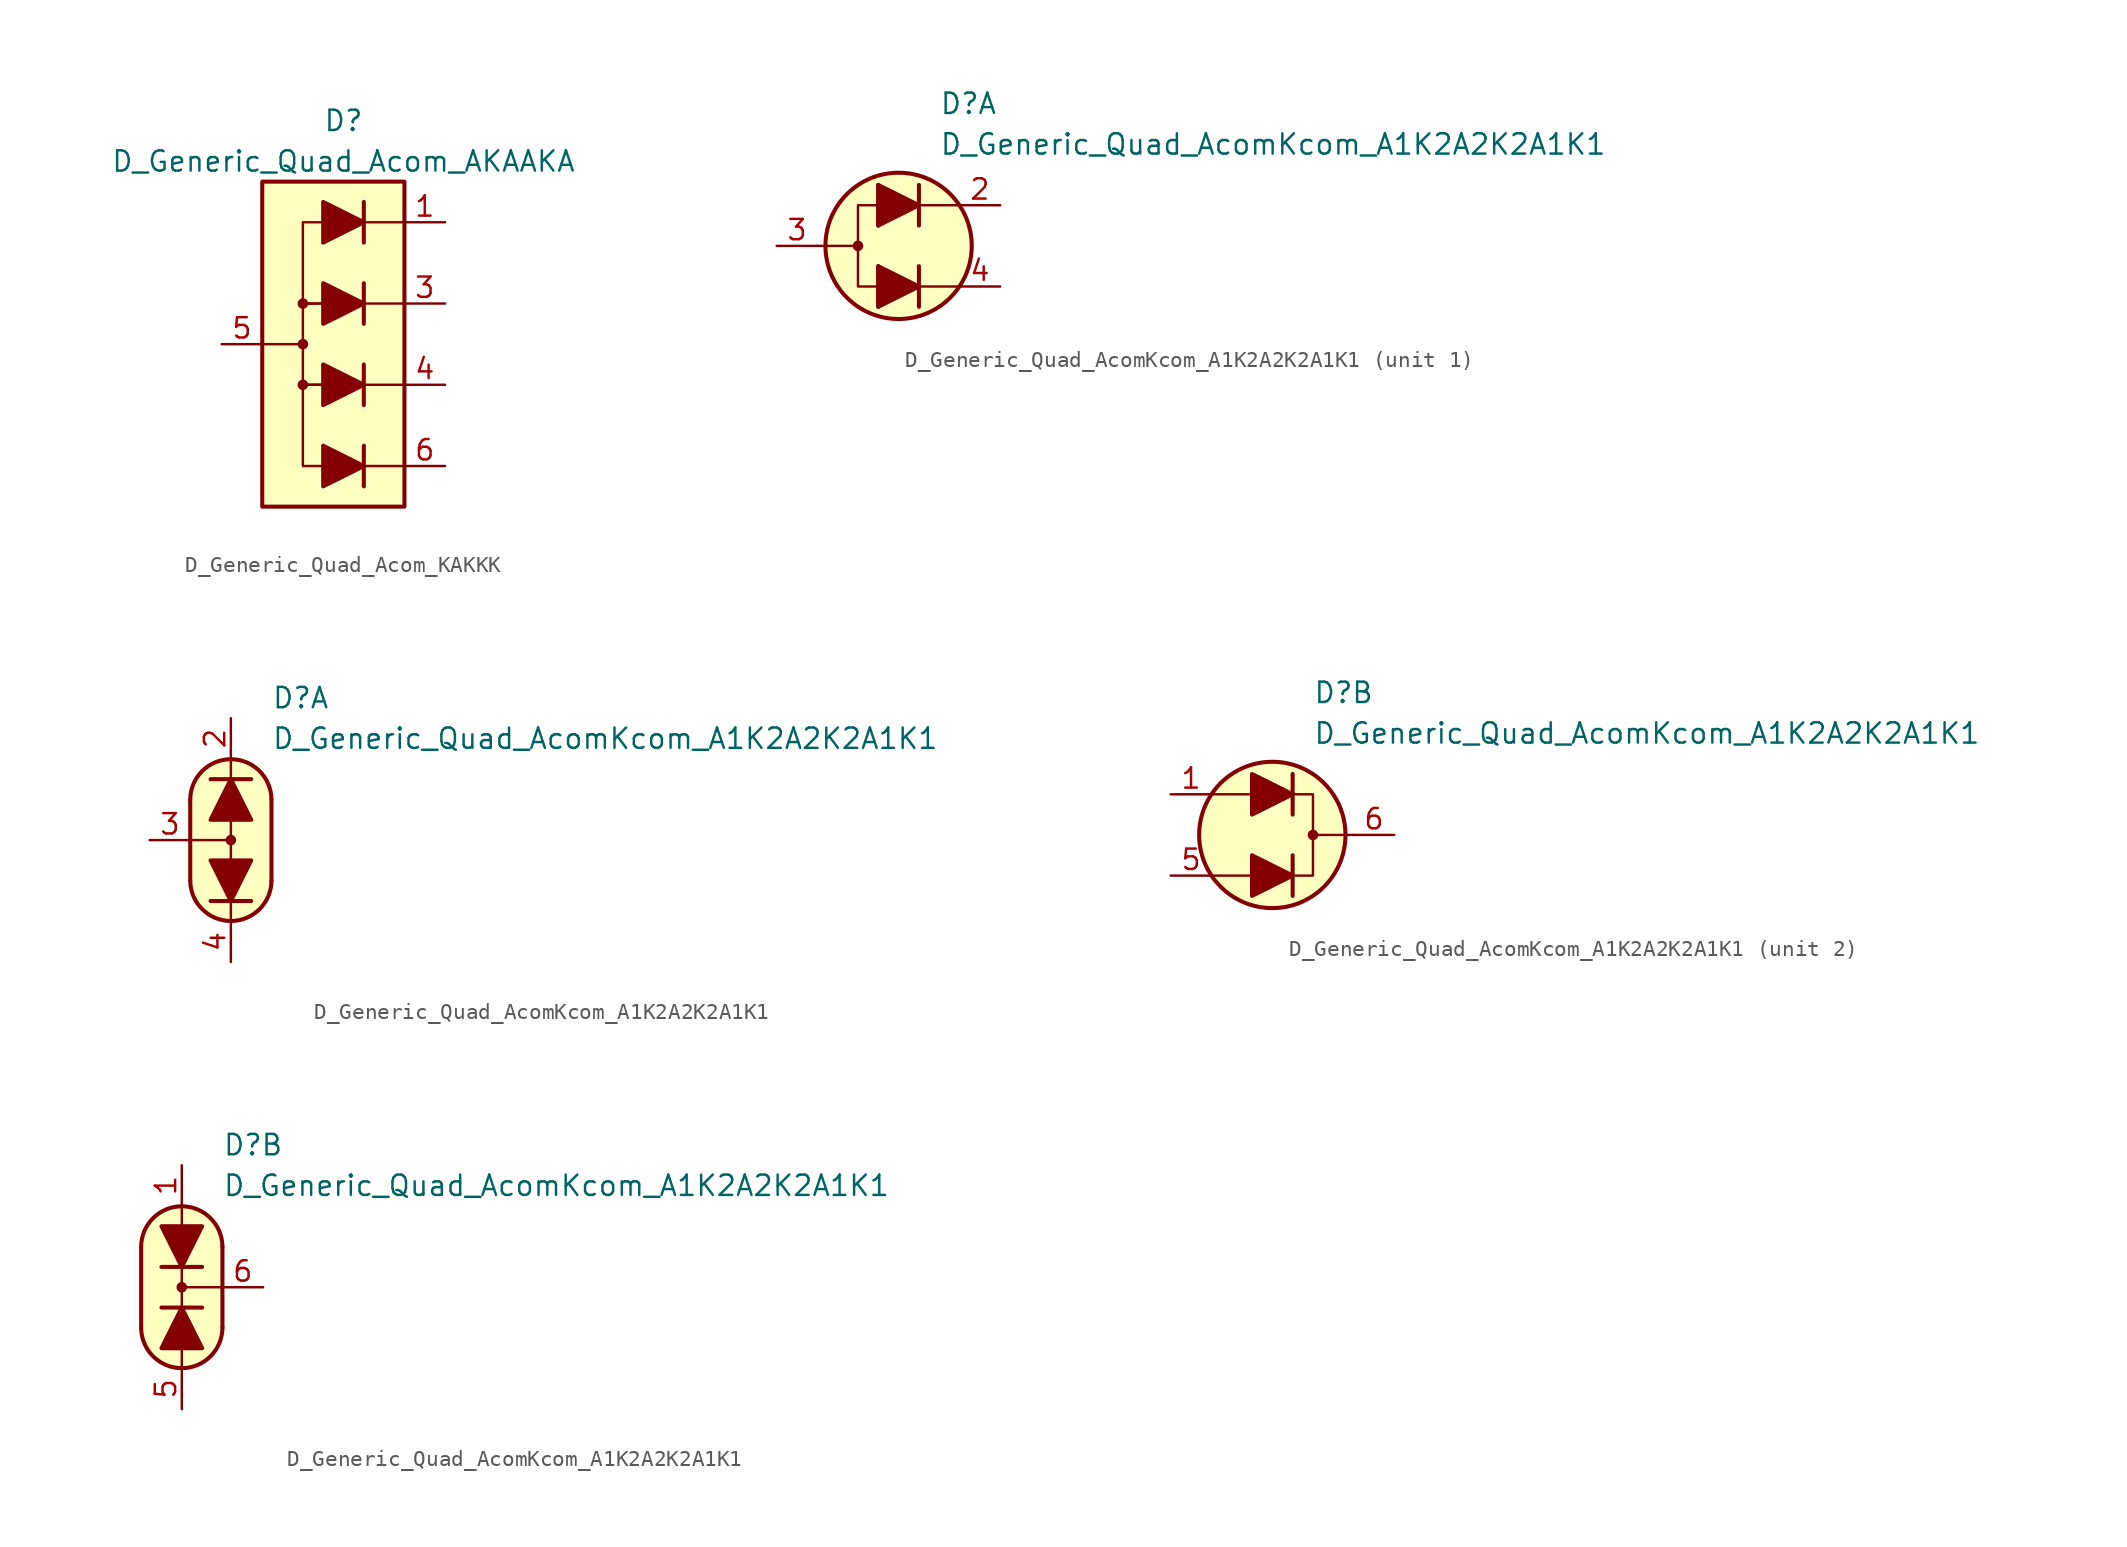
<source format=kicad_sym>
(kicad_symbol_lib
  (version 20231120)
  (generator "kicad_symbol_editor")
  (generator_version "8.0")
  (symbol "D_Generic_Quad_Acom_KAKKK"
    (pin_names
      (offset 1.016) hide)
    (property "Reference" "D"
      (at 0 13.97 0)
      (effects (font (size 1.27 1.27))))
    (property "Value" "D_Generic_Quad_Acom_AKAAKA"
      (at 0 11.43 0)
      (effects (font (size 1.27 1.27))))
    (symbol "D_Generic_Quad_Acom_KAKKK_0_1"
      (polyline (pts (xy 1.27 -2.54) (xy 3.81 -2.54)) (stroke (width 0) (type default)) (fill (type none)))
      (polyline (pts (xy 1.27 -1.27) (xy 1.27 -3.81)) (stroke (width 0.254) (type default)) (fill (type none)))
      (polyline (pts (xy 1.27 2.54) (xy 3.81 2.54)) (stroke (width 0) (type default)) (fill (type none)))
      (polyline (pts (xy 1.27 3.81) (xy 1.27 1.27)) (stroke (width 0.254) (type default)) (fill (type none)))
      (polyline (pts (xy -1.27 -2.54) (xy -2.54 -2.54) (xy -2.54 2.54) (xy -1.27 2.54)) (stroke (width 0) (type default)) (fill (type none)))
      (rectangle (start 3.81 10.16) (end -5.08 -10.16) (stroke (width 0.254) (type default)) (fill (type background))))
    (symbol "D_Generic_Quad_Acom_KAKKK_1_1"
      (circle (center -2.54 -2.54) (radius 0.254) (stroke (width 0) (type default)) (fill (type outline)))
      (circle (center -2.54 0) (radius 0.254) (stroke (width 0) (type default)) (fill (type outline)))
      (circle (center -2.54 2.54) (radius 0.254) (stroke (width 0) (type default)) (fill (type outline)))
      (polyline (pts (xy -5.08 0) (xy -2.54 0)) (stroke (width 0) (type default)) (fill (type none)))
      (polyline (pts (xy -1.27 -7.62) (xy 1.27 -7.62)) (stroke (width 0) (type default)) (fill (type none)))
      (polyline (pts (xy -1.27 -2.54) (xy 1.27 -2.54)) (stroke (width 0) (type default)) (fill (type none)))
      (polyline (pts (xy -1.27 2.54) (xy 1.27 2.54)) (stroke (width 0) (type default)) (fill (type none)))
      (polyline (pts (xy -1.27 7.62) (xy 1.27 7.62)) (stroke (width 0) (type default)) (fill (type none)))
      (polyline (pts (xy 1.27 -7.62) (xy 3.81 -7.62)) (stroke (width 0) (type default)) (fill (type none)))
      (polyline (pts (xy 1.27 -6.35) (xy 1.27 -8.89)) (stroke (width 0.254) (type default)) (fill (type none)))
      (polyline (pts (xy 1.27 7.62) (xy 3.81 7.62)) (stroke (width 0) (type default)) (fill (type none)))
      (polyline (pts (xy 1.27 8.89) (xy 1.27 6.35)) (stroke (width 0.254) (type default)) (fill (type none)))
      (polyline (pts (xy -1.27 -7.62) (xy -2.54 -7.62) (xy -2.54 -2.54) (xy -1.27 -2.54)) (stroke (width 0) (type default)) (fill (type none)))
      (polyline (pts (xy -1.27 -6.35) (xy -1.27 -8.89) (xy 1.27 -7.62) (xy -1.27 -6.35)) (stroke (width 0.254) (type default)) (fill (type outline)))
      (polyline (pts (xy -1.27 -1.27) (xy -1.27 -3.81) (xy 1.27 -2.54) (xy -1.27 -1.27)) (stroke (width 0.254) (type default)) (fill (type outline)))
      (polyline (pts (xy -1.27 2.54) (xy -2.54 2.54) (xy -2.54 7.62) (xy -1.27 7.62)) (stroke (width 0) (type default)) (fill (type none)))
      (polyline (pts (xy -1.27 3.81) (xy -1.27 1.27) (xy 1.27 2.54) (xy -1.27 3.81)) (stroke (width 0.254) (type default)) (fill (type outline)))
      (polyline (pts (xy -1.27 8.89) (xy -1.27 6.35) (xy 1.27 7.62) (xy -1.27 8.89)) (stroke (width 0.254) (type default)) (fill (type outline)))
      (pin passive line (at 6.35 7.62 180) (length 2.54) (name "A1" (effects (font (size 1.27 1.27)))) (number "1" (effects (font (size 1.27 1.27)))))
      (pin passive line (at 6.35 2.54 180) (length 2.54) (name "A2" (effects (font (size 1.27 1.27)))) (number "3" (effects (font (size 1.27 1.27)))))
      (pin passive line (at 6.35 -2.54 180) (length 2.54) (name "A3" (effects (font (size 1.27 1.27)))) (number "4" (effects (font (size 1.27 1.27)))))
      (pin passive line (at -7.62 0 0) (length 2.54) (name "K2" (effects (font (size 1.27 1.27)))) (number "5" (effects (font (size 1.27 1.27)))))
      (pin passive line (at 6.35 -7.62 180) (length 2.54) (name "A4" (effects (font (size 1.27 1.27)))) (number "6" (effects (font (size 1.27 1.27)))))))
  (symbol "D_Generic_Quad_AcomKcom_A1K2A2K2A1K1"
    (pin_names
      (offset 1.016) hide)
    (property "Reference" "D"
      (at 2.54 8.89 0)
      (effects (font (size 1.27 1.27)) (justify left)))
    (property "Value" "D_Generic_Quad_AcomKcom_A1K2A2K2A1K1"
      (at 2.54 6.35 0)
      (effects (font (size 1.27 1.27)) (justify left)))
    (property "ki_locked" ""
      (at 0 0 0)
      (effects (font (size 1.27 1.27))))
    (symbol "D_Generic_Quad_AcomKcom_A1K2A2K2A1K1_1_1"
      (circle (center -2.54 0) (radius 0.254) (stroke (width 0) (type default)) (fill (type outline)))
      (polyline (pts (xy -5.08 0) (xy -2.54 0)) (stroke (width 0) (type default)) (fill (type none)))
      (polyline (pts (xy -1.27 -3.81) (xy -1.27 -1.27)) (stroke (width 0.254) (type default)) (fill (type none)))
      (polyline (pts (xy -1.27 -2.54) (xy 1.27 -2.54)) (stroke (width 0) (type default)) (fill (type none)))
      (polyline (pts (xy -1.27 1.27) (xy -1.27 3.81)) (stroke (width 0.254) (type default)) (fill (type none)))
      (polyline (pts (xy -1.27 2.54) (xy 1.27 2.54)) (stroke (width 0) (type default)) (fill (type none)))
      (polyline (pts (xy 1.27 -3.81) (xy 1.27 -1.27)) (stroke (width 0.254) (type default)) (fill (type none)))
      (polyline (pts (xy 1.27 -2.54) (xy -1.27 -2.54)) (stroke (width 0) (type default)) (fill (type none)))
      (polyline (pts (xy 1.27 -2.54) (xy 3.81 -2.54)) (stroke (width 0) (type default)) (fill (type none)))
      (polyline (pts (xy 1.27 1.27) (xy 1.27 3.81)) (stroke (width 0.254) (type default)) (fill (type none)))
      (polyline (pts (xy 1.27 2.54) (xy -1.27 2.54)) (stroke (width 0) (type default)) (fill (type none)))
      (polyline (pts (xy 1.27 2.54) (xy 3.81 2.54)) (stroke (width 0) (type default)) (fill (type none)))
      (polyline (pts (xy -1.27 -2.54) (xy -2.54 -2.54) (xy -2.54 2.54) (xy -1.27 2.54)) (stroke (width 0) (type default)) (fill (type none)))
      (polyline (pts (xy -1.27 -1.27) (xy -1.27 -3.81) (xy 1.27 -2.54) (xy -1.27 -1.27)) (stroke (width 0.254) (type default)) (fill (type outline)))
      (polyline (pts (xy -1.27 3.81) (xy -1.27 1.27) (xy 1.27 2.54) (xy -1.27 3.81)) (stroke (width 0.254) (type default)) (fill (type outline)))
      (circle (center 0 0) (radius 4.572) (stroke (width 0.254) (type default)) (fill (type background)))
      (pin passive line (at 6.35 2.54 180) (length 2.54) (name "K2" (effects (font (size 1.27 1.27)))) (number "2" (effects (font (size 1.27 1.27)))))
      (pin passive line (at -7.62 0 0) (length 2.54) (name "A2" (effects (font (size 1.27 1.27)))) (number "3" (effects (font (size 1.27 1.27)))))
      (pin passive line (at 6.35 -2.54 180) (length 2.54) (name "K2" (effects (font (size 1.27 1.27)))) (number "4" (effects (font (size 1.27 1.27))))))
    (symbol "D_Generic_Quad_AcomKcom_A1K2A2K2A1K1_1_2"
      (arc (start -2.54 -2.54) (mid 0 -5.0576) (end 2.54 -2.54) (stroke (width 0.254) (type default)) (fill (type none)))
      (polyline (pts (xy -2.54 0) (xy 0 0)) (stroke (width 0) (type default)) (fill (type none)))
      (polyline (pts (xy -2.54 2.54) (xy -2.54 -2.54)) (stroke (width 0.254) (type default)) (fill (type none)))
      (polyline (pts (xy -1.27 3.81) (xy 1.27 3.81)) (stroke (width 0.254) (type default)) (fill (type none)))
      (polyline (pts (xy 0 -5.08) (xy 0 -3.81)) (stroke (width 0) (type default)) (fill (type none)))
      (polyline (pts (xy 0 1.27) (xy 0 -1.27)) (stroke (width 0) (type default)) (fill (type none)))
      (polyline (pts (xy 0 5.08) (xy 0 3.81)) (stroke (width 0) (type default)) (fill (type none)))
      (polyline (pts (xy 1.27 -3.81) (xy -1.27 -3.81)) (stroke (width 0.254) (type default)) (fill (type none)))
      (polyline (pts (xy 2.54 -2.54) (xy 2.54 2.54)) (stroke (width 0.254) (type default)) (fill (type none)))
      (polyline (pts (xy -1.27 1.27) (xy 1.27 1.27) (xy 0 3.81) (xy -1.27 1.27)) (stroke (width 0.254) (type default)) (fill (type outline)))
      (polyline (pts (xy 1.27 -1.27) (xy -1.27 -1.27) (xy 0 -3.81) (xy 1.27 -1.27)) (stroke (width 0.254) (type default)) (fill (type outline)))
      (polyline (pts (xy 0 -5.08) (xy -1.016 -4.826) (xy -1.778 -4.318) (xy -2.286 -3.556) (xy -2.54 -3.048) (xy -2.54 2.794) (xy -2.286 3.556) (xy -1.778 4.318) (xy -1.016 4.826) (xy -0.254 5.08) (xy 0.254 5.08) (xy 1.016 4.826) (xy 1.524 4.572) (xy 2.032 4.064) (xy 2.286 3.556) (xy 2.54 2.794) (xy 2.54 -2.794) (xy 2.286 -3.556) (xy 2.032 -4.064) (xy 1.524 -4.572) (xy 1.016 -4.826) (xy 0 -5.08)) (stroke (width 0.01) (type default)) (fill (type background)))
      (circle (center 0 0) (radius 0.254) (stroke (width 0) (type default)) (fill (type outline)))
      (arc (start 2.54 2.54) (mid 0 5.0576) (end -2.54 2.54) (stroke (width 0.254) (type default)) (fill (type none)))
      (pin passive line (at 0 7.62 270) (length 2.54) (name "K2" (effects (font (size 1.27 1.27)))) (number "2" (effects (font (size 1.27 1.27)))))
      (pin passive line (at -5.08 0 0) (length 2.54) (name "A2" (effects (font (size 1.27 1.27)))) (number "3" (effects (font (size 1.27 1.27)))))
      (pin passive line (at 0 -7.62 90) (length 2.54) (name "K2" (effects (font (size 1.27 1.27)))) (number "4" (effects (font (size 1.27 1.27))))))
    (symbol "D_Generic_Quad_AcomKcom_A1K2A2K2A1K1_2_1"
      (polyline (pts (xy -1.27 -2.54) (xy -3.81 -2.54)) (stroke (width 0) (type default)) (fill (type none)))
      (polyline (pts (xy -1.27 -2.54) (xy 1.27 -2.54)) (stroke (width 0) (type default)) (fill (type none)))
      (polyline (pts (xy -1.27 2.54) (xy -3.81 2.54)) (stroke (width 0) (type default)) (fill (type none)))
      (polyline (pts (xy -1.27 2.54) (xy 1.27 2.54)) (stroke (width 0) (type default)) (fill (type none)))
      (polyline (pts (xy 1.27 -3.81) (xy 1.27 -1.27)) (stroke (width 0.254) (type default)) (fill (type none)))
      (polyline (pts (xy 1.27 1.27) (xy 1.27 3.81)) (stroke (width 0.254) (type default)) (fill (type none)))
      (polyline (pts (xy 5.08 0) (xy 2.54 0)) (stroke (width 0) (type default)) (fill (type none)))
      (polyline (pts (xy -1.27 -3.81) (xy -1.27 -1.27) (xy 1.27 -2.54) (xy -1.27 -3.81)) (stroke (width 0.254) (type default)) (fill (type outline)))
      (polyline (pts (xy -1.27 1.27) (xy -1.27 3.81) (xy 1.27 2.54) (xy -1.27 1.27)) (stroke (width 0.254) (type default)) (fill (type outline)))
      (polyline (pts (xy 1.27 -2.54) (xy 2.54 -2.54) (xy 2.54 2.54) (xy 1.27 2.54)) (stroke (width 0) (type default)) (fill (type none)))
      (circle (center 0 0) (radius 4.572) (stroke (width 0.254) (type default)) (fill (type background)))
      (circle (center 2.54 0) (radius 0.254) (stroke (width 0) (type default)) (fill (type outline)))
      (pin passive line (at -6.35 2.54 0) (length 2.54) (name "A1" (effects (font (size 1.27 1.27)))) (number "1" (effects (font (size 1.27 1.27)))))
      (pin passive line (at -6.35 -2.54 0) (length 2.54) (name "A1" (effects (font (size 1.27 1.27)))) (number "5" (effects (font (size 1.27 1.27)))))
      (pin passive line (at 7.62 0 180) (length 2.54) (name "K1" (effects (font (size 1.27 1.27)))) (number "6" (effects (font (size 1.27 1.27))))))
    (symbol "D_Generic_Quad_AcomKcom_A1K2A2K2A1K1_2_2"
      (arc (start -2.54 -2.54) (mid 0 -5.0576) (end 2.54 -2.54) (stroke (width 0.254) (type default)) (fill (type none)))
      (polyline (pts (xy -2.54 2.54) (xy -2.54 -2.54)) (stroke (width 0.254) (type default)) (fill (type none)))
      (polyline (pts (xy -1.27 -1.27) (xy 1.27 -1.27)) (stroke (width 0.254) (type default)) (fill (type none)))
      (polyline (pts (xy 0 -5.08) (xy 0 -3.81)) (stroke (width 0) (type default)) (fill (type none)))
      (polyline (pts (xy 0 0) (xy 2.54 0)) (stroke (width 0) (type default)) (fill (type none)))
      (polyline (pts (xy 0 1.27) (xy 0 -1.27)) (stroke (width 0) (type default)) (fill (type none)))
      (polyline (pts (xy 0 5.08) (xy 0 3.81)) (stroke (width 0) (type default)) (fill (type none)))
      (polyline (pts (xy 1.27 1.27) (xy -1.27 1.27)) (stroke (width 0.254) (type default)) (fill (type none)))
      (polyline (pts (xy 2.54 -2.54) (xy 2.54 2.54)) (stroke (width 0.254) (type default)) (fill (type none)))
      (polyline (pts (xy -1.27 -3.81) (xy 1.27 -3.81) (xy 0 -1.27) (xy -1.27 -3.81)) (stroke (width 0.254) (type default)) (fill (type outline)))
      (polyline (pts (xy 1.27 3.81) (xy -1.27 3.81) (xy 0 1.27) (xy 1.27 3.81)) (stroke (width 0.254) (type default)) (fill (type outline)))
      (polyline (pts (xy 0 -5.08) (xy -1.016 -4.826) (xy -1.778 -4.318) (xy -2.286 -3.556) (xy -2.54 -3.048) (xy -2.54 2.794) (xy -2.286 3.556) (xy -1.778 4.318) (xy -1.016 4.826) (xy -0.254 5.08) (xy 0.254 5.08) (xy 1.016 4.826) (xy 1.524 4.572) (xy 2.032 4.064) (xy 2.286 3.556) (xy 2.54 2.794) (xy 2.54 -2.794) (xy 2.286 -3.556) (xy 2.032 -4.064) (xy 1.524 -4.572) (xy 1.016 -4.826) (xy 0 -5.08)) (stroke (width 0.01) (type default)) (fill (type background)))
      (circle (center 0 0) (radius 0.254) (stroke (width 0) (type default)) (fill (type outline)))
      (arc (start 2.54 2.54) (mid 0 5.0576) (end -2.54 2.54) (stroke (width 0.254) (type default)) (fill (type none)))
      (pin passive line (at 0 7.62 270) (length 2.54) (name "A1" (effects (font (size 1.27 1.27)))) (number "1" (effects (font (size 1.27 1.27)))))
      (pin passive line (at 0 -7.62 90) (length 2.54) (name "A1" (effects (font (size 1.27 1.27)))) (number "5" (effects (font (size 1.27 1.27)))))
      (pin passive line (at 5.08 0 180) (length 2.54) (name "K1" (effects (font (size 1.27 1.27)))) (number "6" (effects (font (size 1.27 1.27))))))))
</source>
